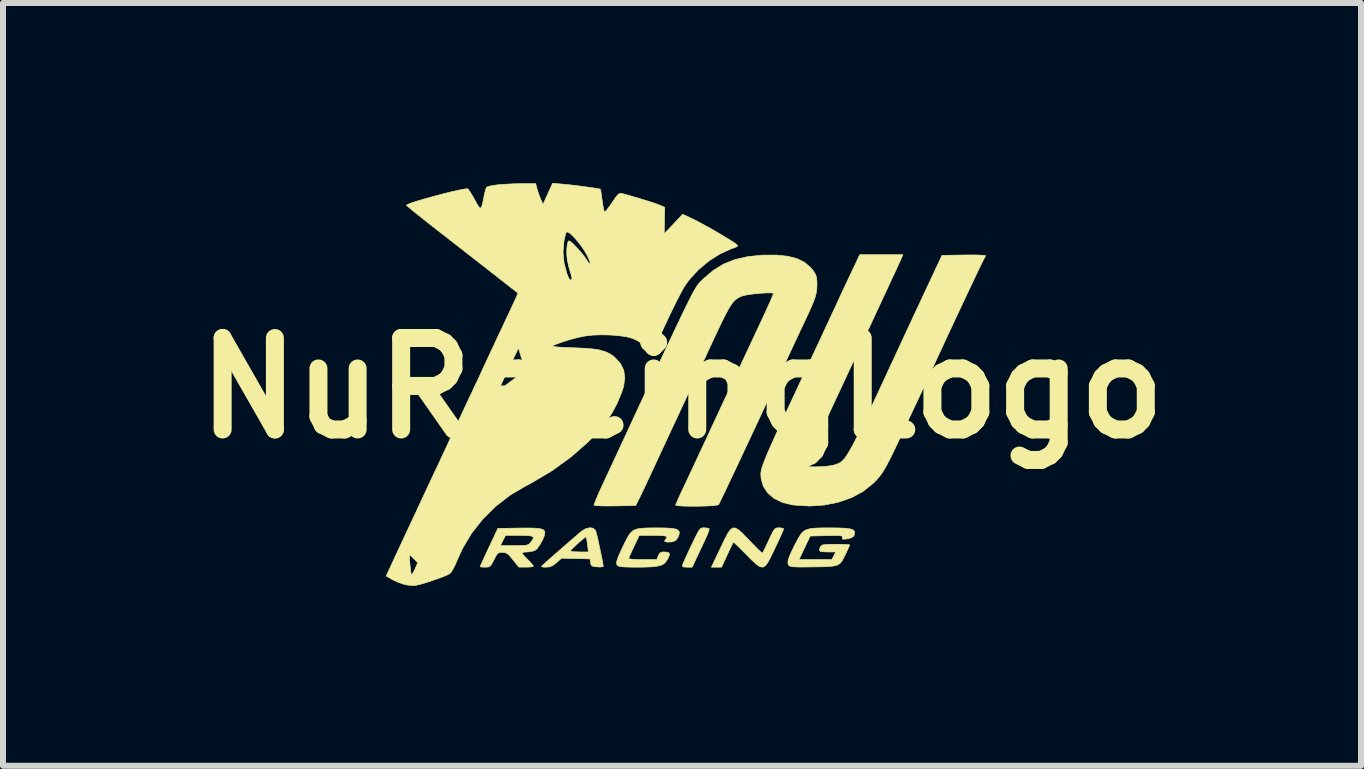
<source format=kicad_pcb>
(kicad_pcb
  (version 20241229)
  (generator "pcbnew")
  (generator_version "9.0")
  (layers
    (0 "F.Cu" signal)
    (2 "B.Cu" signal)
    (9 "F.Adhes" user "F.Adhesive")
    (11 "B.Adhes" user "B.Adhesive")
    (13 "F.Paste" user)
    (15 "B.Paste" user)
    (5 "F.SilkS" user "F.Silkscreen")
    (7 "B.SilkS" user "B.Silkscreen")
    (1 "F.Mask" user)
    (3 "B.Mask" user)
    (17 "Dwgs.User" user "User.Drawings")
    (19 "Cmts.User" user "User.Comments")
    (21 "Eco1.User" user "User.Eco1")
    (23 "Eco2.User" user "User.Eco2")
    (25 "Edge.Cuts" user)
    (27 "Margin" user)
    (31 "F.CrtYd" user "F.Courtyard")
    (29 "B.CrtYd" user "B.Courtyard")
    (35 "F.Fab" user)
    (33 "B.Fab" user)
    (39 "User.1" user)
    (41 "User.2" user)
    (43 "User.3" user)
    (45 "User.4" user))
  (footprint "NuRacingLogo"
    (layer "F.Cu")
    (at 8.317 3.418)
    (property "Reference" "NuRacingLogo" (at 0 0 0) (layer "F.SilkS") (effects (font (size 1.524 1.524) (thickness 0.3))))
    (attr through_hole)
    (fp_poly (pts (xy 0.421 2.333) (xy 0.451 2.343) (xy 0.452 2.344) (xy 0.449 2.371) (xy 0.431 2.422) (xy 0.412 2.466) (xy 0.382 2.532) (xy 0.34 2.621) (xy 0.293 2.721) (xy 0.266 2.778) (xy 0.169 2.985) (xy 0.083 2.985) (xy 0.029 2.982) (xy 0.008 2.971) (xy 0.009 2.946) (xy 0.011 2.94) (xy 0.025 2.906) (xy 0.054 2.842) (xy 0.093 2.756) (xy 0.14 2.655) (xy 0.161 2.612) (xy 0.213 2.503) (xy 0.252 2.426) (xy 0.28 2.376) (xy 0.303 2.347) (xy 0.325 2.333) (xy 0.349 2.329) (xy 0.369 2.328) (xy 0.421 2.333)) (stroke (width 0.01) (type solid)) (fill yes) (layer "F.SilkS"))
    (fp_poly (pts (xy 1.667 2.333) (xy 1.693 2.344) (xy 1.693 2.347) (xy 1.685 2.372) (xy 1.661 2.428) (xy 1.624 2.508) (xy 1.579 2.606) (xy 1.546 2.675) (xy 1.483 2.807) (xy 1.433 2.902) (xy 1.389 2.961) (xy 1.346 2.985) (xy 1.298 2.977) (xy 1.238 2.937) (xy 1.162 2.866) (xy 1.07 2.773) (xy 0.995 2.697) (xy 0.931 2.634) (xy 0.883 2.589) (xy 0.858 2.567) (xy 0.856 2.566) (xy 0.845 2.586) (xy 0.821 2.637) (xy 0.786 2.71) (xy 0.754 2.778) (xy 0.659 2.985) (xy 0.489 2.985) (xy 0.643 2.662) (xy 0.708 2.525) (xy 0.76 2.426) (xy 0.805 2.361) (xy 0.848 2.331) (xy 0.894 2.333) (xy 0.948 2.367) (xy 1.017 2.43) (xy 1.106 2.522) (xy 1.125 2.543) (xy 1.2 2.62) (xy 1.263 2.684) (xy 1.311 2.729) (xy 1.338 2.75) (xy 1.341 2.751) (xy 1.353 2.729) (xy 1.379 2.677) (xy 1.414 2.603) (xy 1.446 2.535) (xy 1.489 2.444) (xy 1.52 2.384) (xy 1.544 2.35) (xy 1.567 2.334) (xy 1.595 2.329) (xy 1.618 2.328) (xy 1.667 2.333)) (stroke (width 0.01) (type solid)) (fill yes) (layer "F.SilkS"))
    (fp_poly (pts (xy -1.477 2.337) (xy -1.44 2.375) (xy -1.44 2.376) (xy -1.43 2.41) (xy -1.414 2.475) (xy -1.394 2.561) (xy -1.373 2.659) (xy -1.352 2.758) (xy -1.333 2.849) (xy -1.32 2.922) (xy -1.313 2.966) (xy -1.312 2.972) (xy -1.331 2.98) (xy -1.379 2.982) (xy -1.413 2.98) (xy -1.474 2.974) (xy -1.506 2.961) (xy -1.52 2.932) (xy -1.524 2.91) (xy -1.535 2.847) (xy -1.772 2.841) (xy -2.009 2.835) (xy -2.092 2.91) (xy -2.152 2.957) (xy -2.206 2.979) (xy -2.267 2.985) (xy -2.322 2.983) (xy -2.341 2.975) (xy -2.331 2.959) (xy -2.328 2.955) (xy -2.295 2.926) (xy -2.238 2.875) (xy -2.162 2.808) (xy -2.073 2.731) (xy -2.052 2.712) (xy -1.859 2.712) (xy -1.843 2.721) (xy -1.795 2.728) (xy -1.724 2.73) (xy -1.713 2.731) (xy -1.561 2.731) (xy -1.575 2.61) (xy -1.584 2.543) (xy -1.593 2.495) (xy -1.598 2.48) (xy -1.616 2.489) (xy -1.656 2.519) (xy -1.708 2.563) (xy -1.763 2.613) (xy -1.813 2.66) (xy -1.848 2.696) (xy -1.859 2.712) (xy -2.052 2.712) (xy -1.98 2.649) (xy -1.888 2.569) (xy -1.804 2.496) (xy -1.735 2.437) (xy -1.687 2.396) (xy -1.676 2.386) (xy -1.605 2.343) (xy -1.535 2.327) (xy -1.477 2.337)) (stroke (width 0.01) (type solid)) (fill yes) (layer "F.SilkS"))
    (fp_poly (pts (xy -0.284 2.331) (xy -0.176 2.337) (xy -0.102 2.35) (xy -0.06 2.372) (xy -0.044 2.404) (xy -0.052 2.448) (xy -0.073 2.496) (xy -0.104 2.538) (xy -0.151 2.559) (xy -0.191 2.565) (xy -0.254 2.566) (xy -0.288 2.557) (xy -0.288 2.539) (xy -0.276 2.53) (xy -0.256 2.499) (xy -0.254 2.486) (xy -0.262 2.472) (xy -0.289 2.463) (xy -0.342 2.458) (xy -0.428 2.456) (xy -0.483 2.455) (xy -0.713 2.455) (xy -0.801 2.641) (xy -0.839 2.722) (xy -0.868 2.788) (xy -0.886 2.831) (xy -0.889 2.842) (xy -0.869 2.848) (xy -0.816 2.853) (xy -0.737 2.857) (xy -0.654 2.857) (xy -0.42 2.857) (xy -0.396 2.794) (xy -0.368 2.747) (xy -0.326 2.731) (xy -0.315 2.731) (xy -0.245 2.735) (xy -0.212 2.752) (xy -0.212 2.788) (xy -0.235 2.84) (xy -0.265 2.89) (xy -0.301 2.927) (xy -0.351 2.953) (xy -0.42 2.97) (xy -0.514 2.98) (xy -0.64 2.984) (xy -0.738 2.985) (xy -0.865 2.984) (xy -0.956 2.981) (xy -1.018 2.976) (xy -1.056 2.967) (xy -1.077 2.955) (xy -1.08 2.953) (xy -1.09 2.93) (xy -1.09 2.897) (xy -1.077 2.849) (xy -1.049 2.779) (xy -1.005 2.683) (xy -0.946 2.561) (xy -0.904 2.481) (xy -0.866 2.422) (xy -0.824 2.381) (xy -0.771 2.354) (xy -0.698 2.339) (xy -0.6 2.332) (xy -0.469 2.33) (xy -0.43 2.33) (xy -0.284 2.331)) (stroke (width 0.01) (type solid)) (fill yes) (layer "F.SilkS"))
    (fp_poly (pts (xy -2.46 2.334) (xy -2.381 2.341) (xy -2.33 2.353) (xy -2.3 2.371) (xy -2.287 2.397) (xy -2.286 2.414) (xy -2.298 2.469) (xy -2.329 2.54) (xy -2.37 2.613) (xy -2.413 2.673) (xy -2.438 2.697) (xy -2.49 2.719) (xy -2.559 2.73) (xy -2.576 2.731) (xy -2.632 2.734) (xy -2.664 2.743) (xy -2.667 2.747) (xy -2.653 2.77) (xy -2.616 2.812) (xy -2.572 2.857) (xy -2.522 2.909) (xy -2.488 2.949) (xy -2.477 2.968) (xy -2.496 2.977) (xy -2.545 2.983) (xy -2.598 2.984) (xy -2.72 2.984) (xy -2.817 2.863) (xy -2.87 2.798) (xy -2.91 2.761) (xy -2.947 2.744) (xy -2.992 2.739) (xy -2.993 2.739) (xy -3.037 2.74) (xy -3.067 2.753) (xy -3.093 2.784) (xy -3.126 2.843) (xy -3.134 2.861) (xy -3.169 2.927) (xy -3.196 2.964) (xy -3.225 2.981) (xy -3.267 2.984) (xy -3.281 2.985) (xy -3.334 2.983) (xy -3.363 2.978) (xy -3.365 2.977) (xy -3.357 2.956) (xy -3.333 2.903) (xy -3.298 2.826) (xy -3.253 2.729) (xy -3.218 2.654) (xy -3.204 2.625) (xy -3.028 2.625) (xy -2.796 2.625) (xy -2.694 2.624) (xy -2.625 2.622) (xy -2.582 2.615) (xy -2.553 2.603) (xy -2.532 2.583) (xy -2.52 2.569) (xy -2.488 2.523) (xy -2.476 2.492) (xy -2.491 2.472) (xy -2.536 2.461) (xy -2.615 2.456) (xy -2.709 2.455) (xy -2.941 2.455) (xy -2.985 2.54) (xy -3.028 2.625) (xy -3.204 2.625) (xy -3.07 2.339) (xy -2.72 2.333) (xy -2.571 2.332) (xy -2.46 2.334)) (stroke (width 0.01) (type solid)) (fill yes) (layer "F.SilkS"))
    (fp_poly (pts (xy 2.609 2.331) (xy 2.72 2.336) (xy 2.799 2.346) (xy 2.848 2.362) (xy 2.873 2.384) (xy 2.878 2.407) (xy 2.866 2.462) (xy 2.825 2.495) (xy 2.751 2.513) (xy 2.695 2.519) (xy 2.672 2.513) (xy 2.672 2.494) (xy 2.674 2.49) (xy 2.676 2.475) (xy 2.665 2.466) (xy 2.635 2.46) (xy 2.58 2.458) (xy 2.493 2.458) (xy 2.412 2.46) (xy 2.136 2.466) (xy 2.043 2.662) (xy 1.95 2.857) (xy 2.497 2.857) (xy 2.562 2.731) (xy 2.424 2.731) (xy 2.344 2.728) (xy 2.301 2.718) (xy 2.288 2.696) (xy 2.301 2.658) (xy 2.308 2.644) (xy 2.322 2.626) (xy 2.345 2.614) (xy 2.386 2.608) (xy 2.453 2.604) (xy 2.554 2.604) (xy 2.562 2.603) (xy 2.655 2.604) (xy 2.731 2.607) (xy 2.78 2.61) (xy 2.794 2.613) (xy 2.786 2.636) (xy 2.763 2.686) (xy 2.732 2.753) (xy 2.729 2.76) (xy 2.694 2.831) (xy 2.664 2.885) (xy 2.632 2.923) (xy 2.59 2.949) (xy 2.534 2.964) (xy 2.455 2.973) (xy 2.348 2.978) (xy 2.206 2.98) (xy 2.192 2.98) (xy 2.053 2.982) (xy 1.95 2.982) (xy 1.877 2.98) (xy 1.829 2.976) (xy 1.799 2.968) (xy 1.781 2.957) (xy 1.778 2.953) (xy 1.765 2.924) (xy 1.766 2.882) (xy 1.784 2.821) (xy 1.819 2.737) (xy 1.874 2.624) (xy 1.901 2.572) (xy 1.945 2.491) (xy 1.983 2.43) (xy 2.025 2.387) (xy 2.075 2.359) (xy 2.143 2.342) (xy 2.233 2.333) (xy 2.354 2.33) (xy 2.459 2.33) (xy 2.609 2.331)) (stroke (width 0.01) (type solid)) (fill yes) (layer "F.SilkS"))
    (fp_poly (pts (xy 3.632 -2.111) (xy 3.606 -2.054) (xy 3.567 -1.968) (xy 3.517 -1.862) (xy 3.463 -1.746) (xy 3.429 -1.672) (xy 3.373 -1.553) (xy 3.319 -1.436) (xy 3.271 -1.332) (xy 3.233 -1.251) (xy 3.217 -1.217) (xy 3.18 -1.137) (xy 3.134 -1.037) (xy 3.086 -0.935) (xy 3.074 -0.91) (xy 3.027 -0.809) (xy 2.978 -0.703) (xy 2.935 -0.611) (xy 2.926 -0.593) (xy 2.893 -0.522) (xy 2.846 -0.421) (xy 2.787 -0.296) (xy 2.721 -0.154) (xy 2.651 -0.004) (xy 2.58 0.148) (xy 2.512 0.294) (xy 2.466 0.392) (xy 2.366 0.606) (xy 2.282 0.785) (xy 2.214 0.932) (xy 2.16 1.049) (xy 2.118 1.139) (xy 2.088 1.206) (xy 2.068 1.252) (xy 2.057 1.28) (xy 2.053 1.293) (xy 2.053 1.293) (xy 2.073 1.304) (xy 2.124 1.311) (xy 2.198 1.313) (xy 2.285 1.311) (xy 2.375 1.306) (xy 2.458 1.297) (xy 2.524 1.285) (xy 2.545 1.279) (xy 2.577 1.268) (xy 2.606 1.257) (xy 2.634 1.243) (xy 2.661 1.223) (xy 2.689 1.197) (xy 2.719 1.16) (xy 2.752 1.112) (xy 2.79 1.05) (xy 2.834 0.971) (xy 2.886 0.873) (xy 2.945 0.754) (xy 3.014 0.611) (xy 3.095 0.443) (xy 3.187 0.247) (xy 3.293 0.02) (xy 3.413 -0.24) (xy 3.55 -0.534) (xy 3.621 -0.688) (xy 3.673 -0.8) (xy 3.732 -0.928) (xy 3.787 -1.046) (xy 3.798 -1.069) (xy 3.849 -1.179) (xy 3.906 -1.301) (xy 3.959 -1.414) (xy 3.97 -1.438) (xy 4.01 -1.524) (xy 4.063 -1.636) (xy 4.121 -1.76) (xy 4.179 -1.884) (xy 4.193 -1.914) (xy 4.333 -2.212) (xy 4.696 -2.218) (xy 4.814 -2.219) (xy 4.917 -2.218) (xy 4.996 -2.215) (xy 5.045 -2.211) (xy 5.059 -2.206) (xy 5.046 -2.176) (xy 5.04 -2.169) (xy 5.028 -2.146) (xy 5 -2.089) (xy 4.957 -2.002) (xy 4.903 -1.888) (xy 4.839 -1.753) (xy 4.766 -1.599) (xy 4.687 -1.431) (xy 4.603 -1.252) (xy 4.517 -1.068) (xy 4.43 -0.882) (xy 4.344 -0.697) (xy 4.262 -0.519) (xy 4.184 -0.351) (xy 4.164 -0.307) (xy 4.108 -0.185) (xy 4.047 -0.053) (xy 3.988 0.074) (xy 3.948 0.159) (xy 3.909 0.24) (xy 3.857 0.352) (xy 3.795 0.484) (xy 3.728 0.628) (xy 3.659 0.775) (xy 3.628 0.843) (xy 3.548 1.014) (xy 3.481 1.151) (xy 3.425 1.261) (xy 3.377 1.348) (xy 3.332 1.419) (xy 3.288 1.478) (xy 3.241 1.532) (xy 3.188 1.585) (xy 3.182 1.591) (xy 3.017 1.722) (xy 2.824 1.826) (xy 2.607 1.902) (xy 2.372 1.949) (xy 2.125 1.966) (xy 1.871 1.95) (xy 1.831 1.945) (xy 1.67 1.905) (xy 1.535 1.839) (xy 1.429 1.749) (xy 1.355 1.638) (xy 1.318 1.509) (xy 1.313 1.439) (xy 1.315 1.409) (xy 1.32 1.373) (xy 1.331 1.33) (xy 1.349 1.277) (xy 1.374 1.21) (xy 1.408 1.126) (xy 1.451 1.024) (xy 1.507 0.899) (xy 1.574 0.75) (xy 1.656 0.572) (xy 1.752 0.365) (xy 1.865 0.124) (xy 1.952 -0.064) (xy 2.053 -0.278) (xy 2.151 -0.488) (xy 2.245 -0.689) (xy 2.332 -0.876) (xy 2.411 -1.045) (xy 2.479 -1.192) (xy 2.535 -1.312) (xy 2.577 -1.402) (xy 2.599 -1.45) (xy 2.651 -1.564) (xy 2.714 -1.699) (xy 2.779 -1.837) (xy 2.834 -1.953) (xy 2.962 -2.223) (xy 3.682 -2.223) (xy 3.632 -2.111)) (stroke (width 0.01) (type solid)) (fill yes) (layer "F.SilkS"))
    (fp_poly (pts (xy 1.761 -2.198) (xy 1.916 -2.158) (xy 2.043 -2.095) (xy 2.144 -2.008) (xy 2.188 -1.954) (xy 2.222 -1.899) (xy 2.241 -1.848) (xy 2.248 -1.785) (xy 2.249 -1.721) (xy 2.246 -1.654) (xy 2.238 -1.592) (xy 2.223 -1.527) (xy 2.196 -1.451) (xy 2.157 -1.357) (xy 2.103 -1.237) (xy 2.069 -1.164) (xy 2.047 -1.118) (xy 2.027 -1.075) (xy 2.007 -1.032) (xy 1.985 -0.987) (xy 1.961 -0.936) (xy 1.933 -0.876) (xy 1.9 -0.805) (xy 1.861 -0.721) (xy 1.813 -0.619) (xy 1.756 -0.497) (xy 1.689 -0.353) (xy 1.61 -0.183) (xy 1.517 0.016) (xy 1.41 0.245) (xy 1.287 0.509) (xy 1.223 0.646) (xy 1.121 0.863) (xy 1.024 1.07) (xy 0.934 1.263) (xy 0.851 1.438) (xy 0.778 1.592) (xy 0.717 1.722) (xy 0.667 1.825) (xy 0.632 1.898) (xy 0.612 1.937) (xy 0.609 1.942) (xy 0.582 1.951) (xy 0.523 1.958) (xy 0.44 1.964) (xy 0.342 1.967) (xy 0.236 1.969) (xy 0.132 1.969) (xy 0.037 1.967) (xy -0.04 1.963) (xy -0.09 1.957) (xy -0.106 1.949) (xy -0.097 1.924) (xy -0.073 1.869) (xy -0.038 1.79) (xy 0.007 1.695) (xy 0.024 1.658) (xy 0.077 1.546) (xy 0.13 1.433) (xy 0.177 1.333) (xy 0.213 1.256) (xy 0.216 1.249) (xy 0.248 1.181) (xy 0.294 1.08) (xy 0.355 0.951) (xy 0.426 0.798) (xy 0.505 0.627) (xy 0.591 0.443) (xy 0.68 0.251) (xy 0.772 0.056) (xy 0.862 -0.138) (xy 0.949 -0.324) (xy 1.031 -0.499) (xy 1.105 -0.657) (xy 1.168 -0.792) (xy 1.219 -0.901) (xy 1.238 -0.942) (xy 1.314 -1.104) (xy 1.381 -1.248) (xy 1.437 -1.372) (xy 1.481 -1.47) (xy 1.51 -1.538) (xy 1.523 -1.574) (xy 1.524 -1.577) (xy 1.505 -1.585) (xy 1.453 -1.587) (xy 1.378 -1.585) (xy 1.291 -1.579) (xy 1.199 -1.57) (xy 1.114 -1.559) (xy 1.043 -1.546) (xy 1 -1.534) (xy 0.957 -1.515) (xy 0.92 -1.494) (xy 0.886 -1.468) (xy 0.852 -1.433) (xy 0.816 -1.385) (xy 0.777 -1.321) (xy 0.731 -1.236) (xy 0.676 -1.127) (xy 0.61 -0.99) (xy 0.531 -0.822) (xy 0.449 -0.646) (xy 0.393 -0.524) (xy 0.332 -0.394) (xy 0.275 -0.271) (xy 0.228 -0.171) (xy 0.227 -0.169) (xy 0.194 -0.1) (xy 0.146 0.002) (xy 0.086 0.131) (xy 0.016 0.281) (xy -0.061 0.446) (xy -0.143 0.621) (xy -0.226 0.799) (xy -0.308 0.975) (xy -0.386 1.144) (xy -0.458 1.298) (xy -0.521 1.433) (xy -0.568 1.535) (xy -0.614 1.634) (xy -0.661 1.732) (xy -0.7 1.815) (xy -0.719 1.852) (xy -0.773 1.958) (xy -1.115 1.964) (xy -1.231 1.965) (xy -1.331 1.964) (xy -1.408 1.961) (xy -1.456 1.957) (xy -1.467 1.953) (xy -1.461 1.929) (xy -1.44 1.874) (xy -1.407 1.794) (xy -1.363 1.696) (xy -1.328 1.619) (xy -1.134 1.203) (xy -0.958 0.823) (xy -0.798 0.478) (xy -0.653 0.167) (xy -0.522 -0.114) (xy -0.405 -0.364) (xy -0.301 -0.587) (xy -0.209 -0.784) (xy -0.127 -0.957) (xy -0.056 -1.107) (xy 0.006 -1.236) (xy 0.059 -1.346) (xy 0.105 -1.439) (xy 0.144 -1.516) (xy 0.177 -1.58) (xy 0.206 -1.631) (xy 0.23 -1.672) (xy 0.251 -1.705) (xy 0.269 -1.731) (xy 0.286 -1.752) (xy 0.303 -1.769) (xy 0.319 -1.785) (xy 0.337 -1.802) (xy 0.357 -1.82) (xy 0.368 -1.831) (xy 0.525 -1.965) (xy 0.695 -2.068) (xy 0.883 -2.143) (xy 1.096 -2.191) (xy 1.339 -2.216) (xy 1.352 -2.216) (xy 1.574 -2.217) (xy 1.761 -2.198)) (stroke (width 0.01) (type solid)) (fill yes) (layer "F.SilkS"))
    (fp_poly (pts (xy -1.984 -3.399) (xy -1.906 -3.391) (xy -1.811 -3.381) (xy -1.707 -3.368) (xy -1.603 -3.354) (xy -1.508 -3.341) (xy -1.429 -3.329) (xy -1.377 -3.319) (xy -1.36 -3.315) (xy -1.355 -3.293) (xy -1.346 -3.239) (xy -1.336 -3.163) (xy -1.331 -3.131) (xy -1.319 -3.048) (xy -1.307 -2.981) (xy -1.296 -2.942) (xy -1.293 -2.937) (xy -1.276 -2.946) (xy -1.242 -2.985) (xy -1.197 -3.045) (xy -1.168 -3.088) (xy -1.114 -3.168) (xy -1.076 -3.216) (xy -1.047 -3.241) (xy -1.021 -3.246) (xy -1.01 -3.245) (xy -0.94 -3.227) (xy -0.845 -3.2) (xy -0.736 -3.168) (xy -0.625 -3.134) (xy -0.521 -3.102) (xy -0.437 -3.074) (xy -0.383 -3.053) (xy -0.382 -3.053) (xy -0.288 -3.013) (xy -0.293 -2.792) (xy -0.297 -2.572) (xy -0.143 -2.734) (xy 0.011 -2.897) (xy 0.189 -2.814) (xy 0.267 -2.774) (xy 0.367 -2.72) (xy 0.48 -2.658) (xy 0.596 -2.591) (xy 0.706 -2.525) (xy 0.802 -2.467) (xy 0.874 -2.42) (xy 0.898 -2.402) (xy 0.922 -2.382) (xy 0.927 -2.368) (xy 0.907 -2.354) (xy 0.856 -2.334) (xy 0.815 -2.319) (xy 0.629 -2.234) (xy 0.446 -2.117) (xy 0.275 -1.974) (xy 0.128 -1.816) (xy 0.056 -1.717) (xy 0.018 -1.655) (xy -0.032 -1.562) (xy -0.092 -1.447) (xy -0.155 -1.319) (xy -0.219 -1.186) (xy -0.229 -1.164) (xy -0.311 -0.99) (xy -0.376 -0.852) (xy -0.427 -0.745) (xy -0.465 -0.666) (xy -0.493 -0.613) (xy -0.511 -0.581) (xy -0.522 -0.567) (xy -0.527 -0.569) (xy -0.528 -0.577) (xy -0.547 -0.623) (xy -0.595 -0.68) (xy -0.664 -0.738) (xy -0.743 -0.79) (xy -0.818 -0.826) (xy -0.914 -0.853) (xy -1.04 -0.872) (xy -1.186 -0.884) (xy -1.338 -0.888) (xy -1.486 -0.883) (xy -1.608 -0.869) (xy -1.686 -0.854) (xy -1.779 -0.832) (xy -1.877 -0.805) (xy -1.972 -0.776) (xy -2.056 -0.747) (xy -2.12 -0.723) (xy -2.155 -0.704) (xy -2.159 -0.698) (xy -2.139 -0.692) (xy -2.084 -0.686) (xy -2 -0.68) (xy -1.894 -0.675) (xy -1.804 -0.672) (xy -1.626 -0.664) (xy -1.483 -0.652) (xy -1.37 -0.634) (xy -1.278 -0.607) (xy -1.202 -0.571) (xy -1.134 -0.524) (xy -1.122 -0.514) (xy -1.027 -0.411) (xy -0.971 -0.297) (xy -0.954 -0.17) (xy -0.974 -0.026) (xy -1.006 0.073) (xy -1.081 0.254) (xy -1.167 0.415) (xy -1.268 0.567) (xy -1.392 0.718) (xy -1.546 0.878) (xy -1.57 0.902) (xy -1.851 1.148) (xy -2.165 1.376) (xy -2.508 1.58) (xy -2.614 1.636) (xy -2.871 1.788) (xy -3.109 1.973) (xy -3.323 2.186) (xy -3.508 2.421) (xy -3.659 2.674) (xy -3.74 2.853) (xy -3.779 2.942) (xy -3.818 3.019) (xy -3.852 3.073) (xy -3.867 3.089) (xy -3.907 3.112) (xy -3.978 3.142) (xy -4.069 3.176) (xy -4.171 3.211) (xy -4.272 3.244) (xy -4.363 3.27) (xy -4.433 3.287) (xy -4.445 3.289) (xy -4.51 3.29) (xy -4.591 3.28) (xy -4.627 3.273) (xy -4.714 3.244) (xy -4.804 3.204) (xy -4.833 3.189) (xy -4.93 3.132) (xy -4.87 3) (xy -4.845 2.945) (xy -4.804 2.858) (xy -4.781 2.808) (xy -4.541 2.808) (xy -4.54 2.864) (xy -4.535 2.934) (xy -4.528 3.006) (xy -4.52 3.067) (xy -4.513 3.105) (xy -4.51 3.111) (xy -4.492 3.094) (xy -4.466 3.048) (xy -4.449 3.011) (xy -4.405 2.91) (xy -4.471 2.842) (xy -4.511 2.802) (xy -4.536 2.78) (xy -4.539 2.778) (xy -4.541 2.808) (xy -4.781 2.808) (xy -4.752 2.746) (xy -4.692 2.617) (xy -4.627 2.477) (xy -4.572 2.36) (xy -4.505 2.216) (xy -4.44 2.079) (xy -4.382 1.953) (xy -4.332 1.847) (xy -4.295 1.766) (xy -4.275 1.725) (xy -4.241 1.65) (xy -4.195 1.552) (xy -4.146 1.447) (xy -4.117 1.386) (xy -4.067 1.281) (xy -4.008 1.153) (xy -3.946 1.021) (xy -3.895 0.91) (xy -3.826 0.761) (xy -3.761 0.621) (xy -3.694 0.478) (xy -3.621 0.322) (xy -3.536 0.14) (xy -3.519 0.106) (xy -3.476 0.014) (xy -3.048 0.014) (xy -3.044 0.02) (xy -3.028 0.014) (xy -2.996 -0.006) (xy -2.943 -0.045) (xy -2.863 -0.105) (xy -2.819 -0.138) (xy -2.733 -0.203) (xy -2.676 -0.252) (xy -2.645 -0.294) (xy -2.636 -0.339) (xy -2.645 -0.399) (xy -2.669 -0.482) (xy -2.684 -0.529) (xy -2.726 -0.667) (xy -2.887 -0.331) (xy -2.939 -0.222) (xy -2.984 -0.127) (xy -3.019 -0.051) (xy -3.042 -0.002) (xy -3.048 0.014) (xy -3.476 0.014) (xy -3.472 0.004) (xy -3.423 -0.099) (xy -3.381 -0.188) (xy -3.366 -0.222) (xy -3.277 -0.414) (xy -3.184 -0.613) (xy -3.093 -0.809) (xy -3.007 -0.991) (xy -2.933 -1.149) (xy -2.911 -1.196) (xy -2.863 -1.297) (xy -2.82 -1.39) (xy -2.785 -1.465) (xy -2.764 -1.513) (xy -2.762 -1.516) (xy -2.735 -1.583) (xy -2.897 -1.711) (xy -2.96 -1.76) (xy -3.034 -1.818) (xy -3.12 -1.886) (xy -3.222 -1.965) (xy -3.343 -2.06) (xy -3.485 -2.17) (xy -3.6 -2.26) (xy -1.983 -2.26) (xy -1.965 -2.081) (xy -1.918 -1.906) (xy -1.912 -1.889) (xy -1.885 -1.827) (xy -1.863 -1.802) (xy -1.841 -1.807) (xy -1.836 -1.812) (xy -1.836 -1.837) (xy -1.848 -1.889) (xy -1.863 -1.937) (xy -1.889 -2.028) (xy -1.91 -2.127) (xy -1.916 -2.166) (xy -1.921 -2.244) (xy -1.92 -2.324) (xy -1.912 -2.393) (xy -1.899 -2.44) (xy -1.885 -2.455) (xy -1.857 -2.44) (xy -1.811 -2.4) (xy -1.755 -2.343) (xy -1.696 -2.277) (xy -1.642 -2.212) (xy -1.601 -2.155) (xy -1.594 -2.144) (xy -1.558 -2.088) (xy -1.536 -2.068) (xy -1.53 -2.081) (xy -1.542 -2.124) (xy -1.572 -2.192) (xy -1.578 -2.205) (xy -1.625 -2.288) (xy -1.682 -2.372) (xy -1.744 -2.451) (xy -1.804 -2.519) (xy -1.859 -2.571) (xy -1.902 -2.6) (xy -1.928 -2.6) (xy -1.93 -2.598) (xy -1.941 -2.565) (xy -1.956 -2.504) (xy -1.971 -2.428) (xy -1.971 -2.427) (xy -1.983 -2.26) (xy -3.6 -2.26) (xy -3.651 -2.3) (xy -3.845 -2.451) (xy -4.07 -2.626) (xy -4.093 -2.644) (xy -4.218 -2.742) (xy -4.332 -2.832) (xy -4.431 -2.911) (xy -4.51 -2.975) (xy -4.564 -3.021) (xy -4.591 -3.045) (xy -4.593 -3.048) (xy -4.574 -3.061) (xy -4.52 -3.082) (xy -4.438 -3.11) (xy -4.335 -3.141) (xy -4.218 -3.174) (xy -4.093 -3.208) (xy -3.968 -3.241) (xy -3.848 -3.271) (xy -3.741 -3.295) (xy -3.653 -3.313) (xy -3.592 -3.322) (xy -3.576 -3.323) (xy -3.558 -3.306) (xy -3.526 -3.26) (xy -3.486 -3.193) (xy -3.47 -3.165) (xy -3.418 -3.071) (xy -3.383 -3.016) (xy -3.359 -2.998) (xy -3.341 -3.019) (xy -3.324 -3.08) (xy -3.303 -3.181) (xy -3.302 -3.188) (xy -3.286 -3.261) (xy -3.27 -3.318) (xy -3.26 -3.344) (xy -3.229 -3.361) (xy -3.161 -3.376) (xy -3.063 -3.389) (xy -2.94 -3.398) (xy -2.798 -3.405) (xy -2.675 -3.407) (xy -2.439 -3.408) (xy -2.415 -3.318) (xy -2.39 -3.237) (xy -2.359 -3.156) (xy -2.354 -3.145) (xy -2.316 -3.062) (xy -2.237 -3.238) (xy -2.158 -3.413) (xy -1.984 -3.399)) (stroke (width 0.01) (type solid)) (fill yes) (layer "F.SilkS")))
  (gr_rect
    (start -3 -3)
    (end 19.633 9.713)
    (stroke (width 0.1) (type default))
    (fill no)
    (layer "Edge.Cuts")))
</source>
